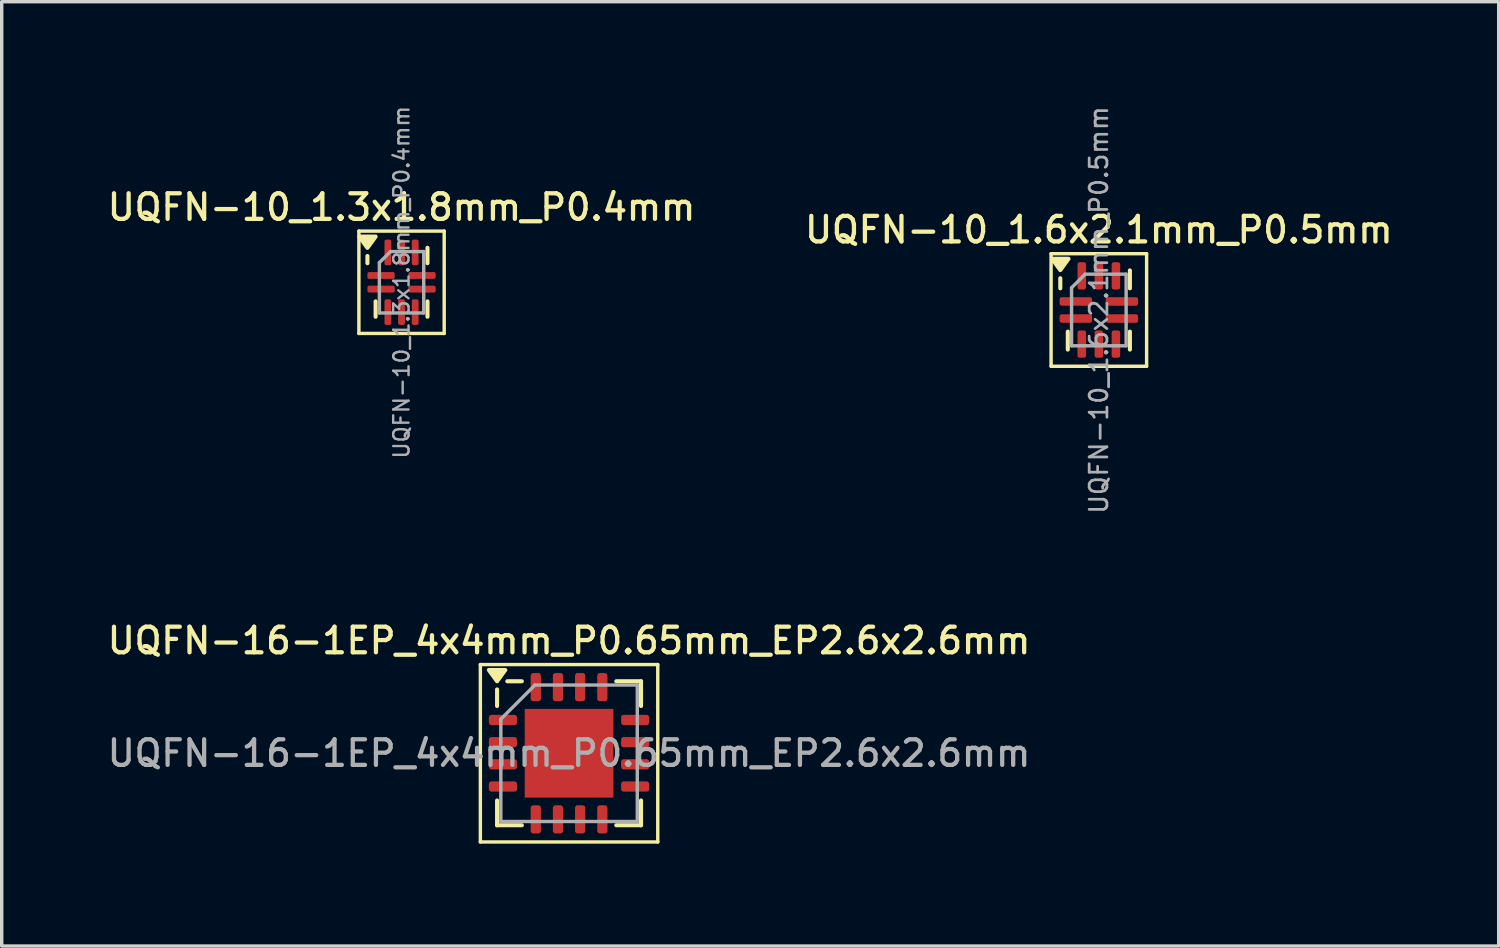
<source format=kicad_pcb>
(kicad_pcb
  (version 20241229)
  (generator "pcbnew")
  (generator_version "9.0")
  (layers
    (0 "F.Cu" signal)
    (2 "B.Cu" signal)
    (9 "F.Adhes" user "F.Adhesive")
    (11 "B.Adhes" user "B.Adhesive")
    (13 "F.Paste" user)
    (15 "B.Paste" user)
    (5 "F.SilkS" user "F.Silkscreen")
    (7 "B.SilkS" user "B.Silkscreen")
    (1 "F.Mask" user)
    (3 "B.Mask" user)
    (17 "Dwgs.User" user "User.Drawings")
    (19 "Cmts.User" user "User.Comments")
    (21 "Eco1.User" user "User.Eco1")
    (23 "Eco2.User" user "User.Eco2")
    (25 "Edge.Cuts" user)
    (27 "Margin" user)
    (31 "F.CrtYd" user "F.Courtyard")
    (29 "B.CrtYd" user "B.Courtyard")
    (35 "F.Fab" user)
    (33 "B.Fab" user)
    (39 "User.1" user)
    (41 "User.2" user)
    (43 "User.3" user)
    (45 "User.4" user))
  (footprint "UQFN-10_1.3x1.8mm_P0.4mm"
    (layer "F.Cu")
    (at 8.72 5.224)
    (property "Reference" "UQFN-10_1.3x1.8mm_P0.4mm" (at 0 -2.2 0) (layer "F.SilkS") (effects (font (size 0.75 0.75) (thickness 0.125))))
    (attr smd)
    (fp_line (start -1.25 -1.5) (end -1.25 1.5) (stroke (width 0.1) (type solid)) (layer "F.SilkS"))
    (fp_line (start -1.25 1.5) (end 1.25 1.5) (stroke (width 0.1) (type solid)) (layer "F.SilkS"))
    (fp_line (start -1 -0.56) (end -1 -0.77) (stroke (width 0.12) (type solid)) (layer "F.SilkS"))
    (fp_line (start -0.76 1.01) (end -0.76 0.56) (stroke (width 0.12) (type solid)) (layer "F.SilkS"))
    (fp_line (start 0.76 -1.01) (end 0.76 -0.56) (stroke (width 0.12) (type solid)) (layer "F.SilkS"))
    (fp_line (start 0.76 1.01) (end 0.76 0.56) (stroke (width 0.12) (type solid)) (layer "F.SilkS"))
    (fp_line (start 1.25 -1.5) (end -1.25 -1.5) (stroke (width 0.1) (type solid)) (layer "F.SilkS"))
    (fp_line (start 1.25 1.5) (end 1.25 -1.5) (stroke (width 0.1) (type solid)) (layer "F.SilkS"))
    (fp_poly (pts (xy -1 -1.01) (xy -1.24 -1.34) (xy -0.76 -1.34) (xy -1 -1.01)) (stroke (width 0.12) (type solid)) (fill yes) (layer "F.SilkS"))
    (fp_line (start -0.65 -0.575) (end -0.325 -0.9) (stroke (width 0.1) (type solid)) (layer "F.Fab"))
    (fp_line (start -0.65 0.9) (end -0.65 -0.575) (stroke (width 0.1) (type solid)) (layer "F.Fab"))
    (fp_line (start -0.325 -0.9) (end 0.65 -0.9) (stroke (width 0.1) (type solid)) (layer "F.Fab"))
    (fp_line (start 0.65 -0.9) (end 0.65 0.9) (stroke (width 0.1) (type solid)) (layer "F.Fab"))
    (fp_line (start 0.65 0.9) (end -0.65 0.9) (stroke (width 0.1) (type solid)) (layer "F.Fab"))
    (fp_text user "${REFERENCE}" (at 0 0 90) (layer "F.Fab") (effects (font (size 0.45 0.45) (thickness 0.07))))
    (pad "1" smd roundrect (at -0.6 -0.2) (size 0.8 0.2) (layers "F.Cu" "F.Mask" "F.Paste") (roundrect_rratio 0.25))
    (pad "2" smd roundrect (at -0.6 0.2) (size 0.8 0.2) (layers "F.Cu" "F.Mask" "F.Paste") (roundrect_rratio 0.25))
    (pad "3" smd roundrect (at -0.4 0.875) (size 0.2 0.75) (layers "F.Cu" "F.Mask" "F.Paste") (roundrect_rratio 0.25))
    (pad "4" smd roundrect (at 0 0.875) (size 0.2 0.75) (layers "F.Cu" "F.Mask" "F.Paste") (roundrect_rratio 0.25))
    (pad "5" smd roundrect (at 0.4 0.875) (size 0.2 0.75) (layers "F.Cu" "F.Mask" "F.Paste") (roundrect_rratio 0.25))
    (pad "6" smd roundrect (at 0.6 0.2) (size 0.8 0.2) (layers "F.Cu" "F.Mask" "F.Paste") (roundrect_rratio 0.25))
    (pad "7" smd roundrect (at 0.6 -0.2) (size 0.8 0.2) (layers "F.Cu" "F.Mask" "F.Paste") (roundrect_rratio 0.25))
    (pad "8" smd roundrect (at 0.4 -0.875) (size 0.2 0.75) (layers "F.Cu" "F.Mask" "F.Paste") (roundrect_rratio 0.25))
    (pad "9" smd roundrect (at 0 -0.875) (size 0.2 0.75) (layers "F.Cu" "F.Mask" "F.Paste") (roundrect_rratio 0.25))
    (pad "10" smd roundrect (at -0.4 -0.875) (size 0.2 0.75) (layers "F.Cu" "F.Mask" "F.Paste") (roundrect_rratio 0.25)))
  (footprint "UQFN-16-1EP_4x4mm_P0.65mm_EP2.6x2.6mm"
    (layer "F.Cu")
    (at 13.63 19.029)
    (property "Reference" "UQFN-16-1EP_4x4mm_P0.65mm_EP2.6x2.6mm" (at 0 -3.3 0) (layer "F.SilkS") (effects (font (size 0.75 0.75) (thickness 0.125))))
    (attr smd)
    (fp_line (start -2.6 -2.6) (end -2.6 2.6) (stroke (width 0.1) (type solid)) (layer "F.SilkS"))
    (fp_line (start -2.6 2.6) (end 2.6 2.6) (stroke (width 0.1) (type solid)) (layer "F.SilkS"))
    (fp_line (start -2.11 -1.385) (end -2.11 -1.87) (stroke (width 0.12) (type solid)) (layer "F.SilkS"))
    (fp_line (start -2.11 2.11) (end -2.11 1.385) (stroke (width 0.12) (type solid)) (layer "F.SilkS"))
    (fp_line (start -1.385 -2.11) (end -1.81 -2.11) (stroke (width 0.12) (type solid)) (layer "F.SilkS"))
    (fp_line (start -1.385 2.11) (end -2.11 2.11) (stroke (width 0.12) (type solid)) (layer "F.SilkS"))
    (fp_line (start 1.385 -2.11) (end 2.11 -2.11) (stroke (width 0.12) (type solid)) (layer "F.SilkS"))
    (fp_line (start 1.385 2.11) (end 2.11 2.11) (stroke (width 0.12) (type solid)) (layer "F.SilkS"))
    (fp_line (start 2.11 -2.11) (end 2.11 -1.385) (stroke (width 0.12) (type solid)) (layer "F.SilkS"))
    (fp_line (start 2.11 2.11) (end 2.11 1.385) (stroke (width 0.12) (type solid)) (layer "F.SilkS"))
    (fp_line (start 2.6 -2.6) (end -2.6 -2.6) (stroke (width 0.1) (type solid)) (layer "F.SilkS"))
    (fp_line (start 2.6 2.6) (end 2.6 -2.6) (stroke (width 0.1) (type solid)) (layer "F.SilkS"))
    (fp_poly (pts (xy -2.11 -2.11) (xy -2.35 -2.44) (xy -1.87 -2.44) (xy -2.11 -2.11)) (stroke (width 0.12) (type solid)) (fill yes) (layer "F.SilkS"))
    (fp_line (start -2 -1) (end -1 -2) (stroke (width 0.1) (type solid)) (layer "F.Fab"))
    (fp_line (start -2 2) (end -2 -1) (stroke (width 0.1) (type solid)) (layer "F.Fab"))
    (fp_line (start -1 -2) (end 2 -2) (stroke (width 0.1) (type solid)) (layer "F.Fab"))
    (fp_line (start 2 -2) (end 2 2) (stroke (width 0.1) (type solid)) (layer "F.Fab"))
    (fp_line (start 2 2) (end -2 2) (stroke (width 0.1) (type solid)) (layer "F.Fab"))
    (fp_text user "${REFERENCE}" (at 0 0 0) (layer "F.Fab") (effects (font (size 0.75 0.75) (thickness 0.125))))
    (pad "" smd roundrect (at -0.65 -0.65) (size 1.05 1.05) (layers "F.Paste") (roundrect_rratio 0.238))
    (pad "" smd roundrect (at -0.65 0.65) (size 1.05 1.05) (layers "F.Paste") (roundrect_rratio 0.238))
    (pad "" smd roundrect (at 0.65 -0.65) (size 1.05 1.05) (layers "F.Paste") (roundrect_rratio 0.238))
    (pad "" smd roundrect (at 0.65 0.65) (size 1.05 1.05) (layers "F.Paste") (roundrect_rratio 0.238))
    (pad "1" smd roundrect (at -1.938 -0.975) (size 0.825 0.3) (layers "F.Cu" "F.Mask" "F.Paste") (roundrect_rratio 0.25))
    (pad "2" smd roundrect (at -1.938 -0.325) (size 0.825 0.3) (layers "F.Cu" "F.Mask" "F.Paste") (roundrect_rratio 0.25))
    (pad "3" smd roundrect (at -1.938 0.325) (size 0.825 0.3) (layers "F.Cu" "F.Mask" "F.Paste") (roundrect_rratio 0.25))
    (pad "4" smd roundrect (at -1.938 0.975) (size 0.825 0.3) (layers "F.Cu" "F.Mask" "F.Paste") (roundrect_rratio 0.25))
    (pad "5" smd roundrect (at -0.975 1.938) (size 0.3 0.825) (layers "F.Cu" "F.Mask" "F.Paste") (roundrect_rratio 0.25))
    (pad "6" smd roundrect (at -0.325 1.938) (size 0.3 0.825) (layers "F.Cu" "F.Mask" "F.Paste") (roundrect_rratio 0.25))
    (pad "7" smd roundrect (at 0.325 1.938) (size 0.3 0.825) (layers "F.Cu" "F.Mask" "F.Paste") (roundrect_rratio 0.25))
    (pad "8" smd roundrect (at 0.975 1.938) (size 0.3 0.825) (layers "F.Cu" "F.Mask" "F.Paste") (roundrect_rratio 0.25))
    (pad "9" smd roundrect (at 1.938 0.975) (size 0.825 0.3) (layers "F.Cu" "F.Mask" "F.Paste") (roundrect_rratio 0.25))
    (pad "10" smd roundrect (at 1.938 0.325) (size 0.825 0.3) (layers "F.Cu" "F.Mask" "F.Paste") (roundrect_rratio 0.25))
    (pad "11" smd roundrect (at 1.938 -0.325) (size 0.825 0.3) (layers "F.Cu" "F.Mask" "F.Paste") (roundrect_rratio 0.25))
    (pad "12" smd roundrect (at 1.938 -0.975) (size 0.825 0.3) (layers "F.Cu" "F.Mask" "F.Paste") (roundrect_rratio 0.25))
    (pad "13" smd roundrect (at 0.975 -1.938) (size 0.3 0.825) (layers "F.Cu" "F.Mask" "F.Paste") (roundrect_rratio 0.25))
    (pad "14" smd roundrect (at 0.325 -1.938) (size 0.3 0.825) (layers "F.Cu" "F.Mask" "F.Paste") (roundrect_rratio 0.25))
    (pad "15" smd roundrect (at -0.325 -1.938) (size 0.3 0.825) (layers "F.Cu" "F.Mask" "F.Paste") (roundrect_rratio 0.25))
    (pad "16" smd roundrect (at -0.975 -1.938) (size 0.3 0.825) (layers "F.Cu" "F.Mask" "F.Paste") (roundrect_rratio 0.25))
    (pad "17" smd rect (at 0 0) (size 2.6 2.6) (property pad_prop_heatsink) (layers "F.Cu" "F.Mask")))
  (footprint "UQFN-10_1.6x2.1mm_P0.5mm"
    (layer "F.Cu")
    (at 29.159 6.036)
    (property "Reference" "UQFN-10_1.6x2.1mm_P0.5mm" (at 0 -2.35 0) (layer "F.SilkS") (effects (font (size 0.75 0.75) (thickness 0.125))))
    (attr smd)
    (fp_line (start -1.4 -1.65) (end -1.4 1.65) (stroke (width 0.1) (type solid)) (layer "F.SilkS"))
    (fp_line (start -1.4 1.65) (end 1.4 1.65) (stroke (width 0.1) (type solid)) (layer "F.SilkS"))
    (fp_line (start -1.13 -0.635) (end -1.13 -0.93) (stroke (width 0.12) (type solid)) (layer "F.SilkS"))
    (fp_line (start -0.91 1.16) (end -0.91 0.635) (stroke (width 0.12) (type solid)) (layer "F.SilkS"))
    (fp_line (start 0.91 -1.16) (end 0.91 -0.635) (stroke (width 0.12) (type solid)) (layer "F.SilkS"))
    (fp_line (start 0.91 1.16) (end 0.91 0.635) (stroke (width 0.12) (type solid)) (layer "F.SilkS"))
    (fp_line (start 1.4 -1.65) (end -1.4 -1.65) (stroke (width 0.1) (type solid)) (layer "F.SilkS"))
    (fp_line (start 1.4 1.65) (end 1.4 -1.65) (stroke (width 0.1) (type solid)) (layer "F.SilkS"))
    (fp_poly (pts (xy -1.13 -1.17) (xy -1.37 -1.5) (xy -0.89 -1.5) (xy -1.13 -1.17)) (stroke (width 0.12) (type solid)) (fill yes) (layer "F.SilkS"))
    (fp_line (start -0.8 -0.65) (end -0.4 -1.05) (stroke (width 0.1) (type solid)) (layer "F.Fab"))
    (fp_line (start -0.8 1.05) (end -0.8 -0.65) (stroke (width 0.1) (type solid)) (layer "F.Fab"))
    (fp_line (start -0.4 -1.05) (end 0.8 -1.05) (stroke (width 0.1) (type solid)) (layer "F.Fab"))
    (fp_line (start 0.8 -1.05) (end 0.8 1.05) (stroke (width 0.1) (type solid)) (layer "F.Fab"))
    (fp_line (start 0.8 1.05) (end -0.8 1.05) (stroke (width 0.1) (type solid)) (layer "F.Fab"))
    (fp_text user "${REFERENCE}" (at 0 0 90) (layer "F.Fab") (effects (font (size 0.52 0.52) (thickness 0.08))))
    (pad "1" smd roundrect (at -0.675 -0.25) (size 0.95 0.25) (layers "F.Cu" "F.Mask" "F.Paste") (roundrect_rratio 0.25))
    (pad "2" smd roundrect (at -0.675 0.25) (size 0.95 0.25) (layers "F.Cu" "F.Mask" "F.Paste") (roundrect_rratio 0.25))
    (pad "3" smd roundrect (at -0.5 1) (size 0.25 0.8) (layers "F.Cu" "F.Mask" "F.Paste") (roundrect_rratio 0.25))
    (pad "4" smd roundrect (at 0 1) (size 0.25 0.8) (layers "F.Cu" "F.Mask" "F.Paste") (roundrect_rratio 0.25))
    (pad "5" smd roundrect (at 0.5 1) (size 0.25 0.8) (layers "F.Cu" "F.Mask" "F.Paste") (roundrect_rratio 0.25))
    (pad "6" smd roundrect (at 0.675 0.25) (size 0.95 0.25) (layers "F.Cu" "F.Mask" "F.Paste") (roundrect_rratio 0.25))
    (pad "7" smd roundrect (at 0.675 -0.25) (size 0.95 0.25) (layers "F.Cu" "F.Mask" "F.Paste") (roundrect_rratio 0.25))
    (pad "8" smd roundrect (at 0.5 -1) (size 0.25 0.8) (layers "F.Cu" "F.Mask" "F.Paste") (roundrect_rratio 0.25))
    (pad "9" smd roundrect (at 0 -1) (size 0.25 0.8) (layers "F.Cu" "F.Mask" "F.Paste") (roundrect_rratio 0.25))
    (pad "10" smd roundrect (at -0.5 -1) (size 0.25 0.8) (layers "F.Cu" "F.Mask" "F.Paste") (roundrect_rratio 0.25)))
  (gr_rect
    (start -3 -3)
    (end 40.879 24.679)
    (stroke (width 0.1) (type default))
    (fill no)
    (layer "Edge.Cuts")))
</source>
